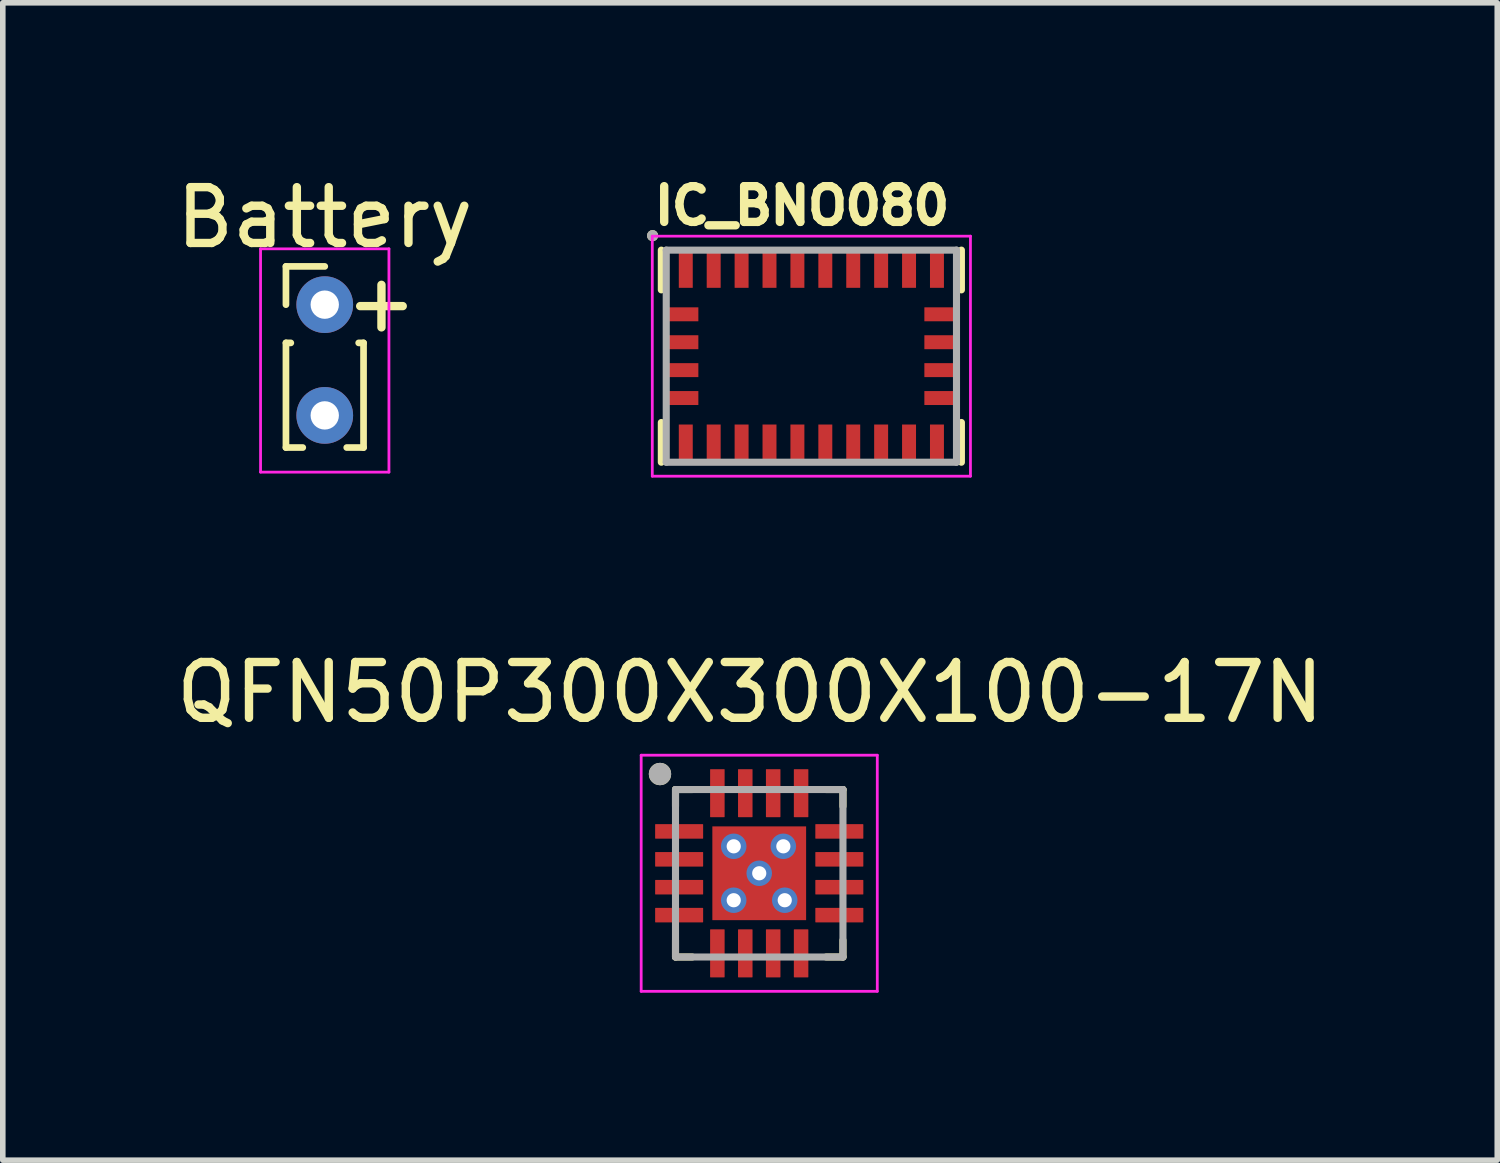
<source format=kicad_pcb>
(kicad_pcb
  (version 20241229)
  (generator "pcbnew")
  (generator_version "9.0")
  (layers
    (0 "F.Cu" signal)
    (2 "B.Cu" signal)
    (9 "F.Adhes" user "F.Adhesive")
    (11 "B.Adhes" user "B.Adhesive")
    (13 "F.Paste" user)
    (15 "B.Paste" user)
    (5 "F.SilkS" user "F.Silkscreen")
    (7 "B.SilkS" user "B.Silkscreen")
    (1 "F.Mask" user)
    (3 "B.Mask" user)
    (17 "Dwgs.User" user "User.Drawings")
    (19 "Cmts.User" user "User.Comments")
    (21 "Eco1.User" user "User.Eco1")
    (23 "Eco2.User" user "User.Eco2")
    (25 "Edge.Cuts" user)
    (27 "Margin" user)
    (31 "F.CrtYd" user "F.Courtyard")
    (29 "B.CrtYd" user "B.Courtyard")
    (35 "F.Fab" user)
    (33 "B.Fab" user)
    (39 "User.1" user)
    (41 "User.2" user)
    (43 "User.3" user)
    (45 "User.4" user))
  (footprint "IC_BNO080"
    (layer "F.Cu")
    (at 11.486 3.331)
    (property "Reference" "IC_BNO080" (at -0.168 -2.694 0) (layer "F.SilkS") (effects (font (size 0.64 0.64) (thickness 0.15))))
    (attr smd)
    (fp_line (start -2.688 -1.9) (end -2.688 -1.188) (stroke (width 0.127) (type solid)) (layer "F.SilkS"))
    (fp_line (start -2.688 1.9) (end -2.688 1.188) (stroke (width 0.127) (type solid)) (layer "F.SilkS"))
    (fp_line (start 2.688 -1.9) (end 2.688 -1.188) (stroke (width 0.127) (type solid)) (layer "F.SilkS"))
    (fp_line (start 2.688 1.9) (end 2.688 1.188) (stroke (width 0.127) (type solid)) (layer "F.SilkS"))
    (fp_circle (center -2.844 -2.159) (end -2.794 -2.159) (stroke (width 0.1) (type solid)) (fill no) (layer "F.SilkS"))
    (fp_line (start -2.85 -2.15) (end 2.85 -2.15) (stroke (width 0.05) (type solid)) (layer "F.CrtYd"))
    (fp_line (start -2.85 2.15) (end -2.85 -2.15) (stroke (width 0.05) (type solid)) (layer "F.CrtYd"))
    (fp_line (start 2.85 -2.15) (end 2.85 2.15) (stroke (width 0.05) (type solid)) (layer "F.CrtYd"))
    (fp_line (start 2.85 2.15) (end -2.85 2.15) (stroke (width 0.05) (type solid)) (layer "F.CrtYd"))
    (fp_line (start -2.6 -1.9) (end 2.6 -1.9) (stroke (width 0.127) (type solid)) (layer "F.Fab"))
    (fp_line (start -2.6 1.9) (end -2.6 -1.9) (stroke (width 0.127) (type solid)) (layer "F.Fab"))
    (fp_line (start 2.6 -1.9) (end 2.6 1.9) (stroke (width 0.127) (type solid)) (layer "F.Fab"))
    (fp_line (start 2.6 1.9) (end -2.6 1.9) (stroke (width 0.127) (type solid)) (layer "F.Fab"))
    (fp_circle (center -2.845 -2.159) (end -2.795 -2.159) (stroke (width 0.1) (type solid)) (fill no) (layer "F.Fab"))
    (pad "1" smd rect (at -2.25 -1.562 90) (size 0.675 0.25) (layers "F.Cu" "F.Mask" "F.Paste"))
    (pad "2" smd rect (at -2.312 -0.75) (size 0.575 0.25) (layers "F.Cu" "F.Mask" "F.Paste"))
    (pad "3" smd rect (at -2.312 -0.25) (size 0.575 0.25) (layers "F.Cu" "F.Mask" "F.Paste"))
    (pad "4" smd rect (at -2.312 0.25) (size 0.575 0.25) (layers "F.Cu" "F.Mask" "F.Paste"))
    (pad "5" smd rect (at -2.312 0.75) (size 0.575 0.25) (layers "F.Cu" "F.Mask" "F.Paste"))
    (pad "6" smd rect (at -2.25 1.562 270) (size 0.675 0.25) (layers "F.Cu" "F.Mask" "F.Paste"))
    (pad "7" smd rect (at -1.75 1.562 270) (size 0.675 0.25) (layers "F.Cu" "F.Mask" "F.Paste"))
    (pad "8" smd rect (at -1.25 1.562 270) (size 0.675 0.25) (layers "F.Cu" "F.Mask" "F.Paste"))
    (pad "9" smd rect (at -0.75 1.562 270) (size 0.675 0.25) (layers "F.Cu" "F.Mask" "F.Paste"))
    (pad "10" smd rect (at -0.25 1.562 270) (size 0.675 0.25) (layers "F.Cu" "F.Mask" "F.Paste"))
    (pad "11" smd rect (at 0.25 1.562 270) (size 0.675 0.25) (layers "F.Cu" "F.Mask" "F.Paste"))
    (pad "12" smd rect (at 0.75 1.562 270) (size 0.675 0.25) (layers "F.Cu" "F.Mask" "F.Paste"))
    (pad "13" smd rect (at 1.25 1.562 270) (size 0.675 0.25) (layers "F.Cu" "F.Mask" "F.Paste"))
    (pad "14" smd rect (at 1.75 1.562 270) (size 0.675 0.25) (layers "F.Cu" "F.Mask" "F.Paste"))
    (pad "15" smd rect (at 2.25 1.562 270) (size 0.675 0.25) (layers "F.Cu" "F.Mask" "F.Paste"))
    (pad "16" smd rect (at 2.312 0.75 180) (size 0.575 0.25) (layers "F.Cu" "F.Mask" "F.Paste"))
    (pad "17" smd rect (at 2.312 0.25 180) (size 0.575 0.25) (layers "F.Cu" "F.Mask" "F.Paste"))
    (pad "18" smd rect (at 2.312 -0.25 180) (size 0.575 0.25) (layers "F.Cu" "F.Mask" "F.Paste"))
    (pad "19" smd rect (at 2.312 -0.75 180) (size 0.575 0.25) (layers "F.Cu" "F.Mask" "F.Paste"))
    (pad "20" smd rect (at 2.25 -1.562 90) (size 0.675 0.25) (layers "F.Cu" "F.Mask" "F.Paste"))
    (pad "21" smd rect (at 1.75 -1.562 90) (size 0.675 0.25) (layers "F.Cu" "F.Mask" "F.Paste"))
    (pad "22" smd rect (at 1.25 -1.562 90) (size 0.675 0.25) (layers "F.Cu" "F.Mask" "F.Paste"))
    (pad "23" smd rect (at 0.75 -1.562 90) (size 0.675 0.25) (layers "F.Cu" "F.Mask" "F.Paste"))
    (pad "24" smd rect (at 0.25 -1.562 90) (size 0.675 0.25) (layers "F.Cu" "F.Mask" "F.Paste"))
    (pad "25" smd rect (at -0.25 -1.562 90) (size 0.675 0.25) (layers "F.Cu" "F.Mask" "F.Paste"))
    (pad "26" smd rect (at -0.75 -1.562 90) (size 0.675 0.25) (layers "F.Cu" "F.Mask" "F.Paste"))
    (pad "27" smd rect (at -1.25 -1.562 90) (size 0.675 0.25) (layers "F.Cu" "F.Mask" "F.Paste"))
    (pad "28" smd rect (at -1.75 -1.562 90) (size 0.675 0.25) (layers "F.Cu" "F.Mask" "F.Paste")))
  (footprint "Battery"
    (layer "F.Cu")
    (at 2.768 3.376)
    (property "Reference" "Battery" (at 0 -2.528 0) (layer "F.SilkS") (effects (font (size 1 1) (thickness 0.15))))
    (attr through_hole)
    (fp_line (start -0.695 -1.653) (end 0 -1.653) (stroke (width 0.12) (type solid)) (layer "F.SilkS"))
    (fp_line (start -0.695 -0.968) (end -0.695 -1.653) (stroke (width 0.12) (type solid)) (layer "F.SilkS"))
    (fp_line (start -0.695 -0.283) (end -0.695 1.592) (stroke (width 0.12) (type solid)) (layer "F.SilkS"))
    (fp_line (start -0.695 -0.283) (end -0.608 -0.283) (stroke (width 0.12) (type solid)) (layer "F.SilkS"))
    (fp_line (start -0.695 1.592) (end -0.394 1.592) (stroke (width 0.12) (type solid)) (layer "F.SilkS"))
    (fp_line (start 0.394 1.592) (end 0.695 1.592) (stroke (width 0.12) (type solid)) (layer "F.SilkS"))
    (fp_line (start 0.608 -0.283) (end 0.695 -0.283) (stroke (width 0.12) (type solid)) (layer "F.SilkS"))
    (fp_line (start 0.695 -0.283) (end 0.695 1.592) (stroke (width 0.12) (type solid)) (layer "F.SilkS"))
    (fp_line (start -1.15 -1.968) (end -1.15 2.032) (stroke (width 0.05) (type solid)) (layer "F.CrtYd"))
    (fp_line (start -1.15 2.032) (end 1.15 2.032) (stroke (width 0.05) (type solid)) (layer "F.CrtYd"))
    (fp_line (start 1.15 -1.968) (end -1.15 -1.968) (stroke (width 0.05) (type solid)) (layer "F.CrtYd"))
    (fp_line (start 1.15 2.032) (end 1.15 -1.968) (stroke (width 0.05) (type solid)) (layer "F.CrtYd"))
    (fp_text user "+" (at 1.016 -1.016 0) (unlocked yes) (layer "F.SilkS") (effects (font (size 1 1) (thickness 0.15))))
    (pad "1" thru_hole circle (at 0 -0.968) (size 1.016 1.016) (drill 0.508) (layers "*.Cu" "*.Mask"))
    (pad "2" thru_hole circle (at 0 1.016) (size 1.016 1.016) (drill 0.508) (layers "*.Cu" "*.Mask")))
  (footprint "QFN50P300X300X100-17N"
    (layer "F.Cu")
    (at 10.552 12.595)
    (property "Reference" "QFN50P300X300X100-17N" (at -0.165 -3.24 0) (layer "F.SilkS") (effects (font (size 1 1) (thickness 0.15))))
    (attr through_hole)
    (fp_line (start -1.5 -1.5) (end -1.5 -1.2) (stroke (width 0.127) (type solid)) (layer "F.SilkS"))
    (fp_line (start -1.5 -1.5) (end -1.2 -1.5) (stroke (width 0.127) (type solid)) (layer "F.SilkS"))
    (fp_line (start -1.5 1.5) (end -1.5 1.2) (stroke (width 0.127) (type solid)) (layer "F.SilkS"))
    (fp_line (start -1.5 1.5) (end -1.2 1.5) (stroke (width 0.127) (type solid)) (layer "F.SilkS"))
    (fp_line (start 1.5 -1.5) (end 1.2 -1.5) (stroke (width 0.127) (type solid)) (layer "F.SilkS"))
    (fp_line (start 1.5 -1.5) (end 1.5 -1.2) (stroke (width 0.127) (type solid)) (layer "F.SilkS"))
    (fp_line (start 1.5 1.5) (end 1.2 1.5) (stroke (width 0.127) (type solid)) (layer "F.SilkS"))
    (fp_line (start 1.5 1.5) (end 1.5 1.2) (stroke (width 0.127) (type solid)) (layer "F.SilkS"))
    (fp_circle (center -1.778 -1.778) (end -1.678 -1.778) (stroke (width 0.2) (type solid)) (fill no) (layer "F.SilkS"))
    (fp_poly (pts (xy -0.53 -0.53) (xy 0.53 -0.53) (xy 0.53 0.53) (xy -0.53 0.53)) (stroke (width 0.01) (type solid)) (fill yes) (layer "F.Paste"))
    (fp_line (start -2.115 -2.115) (end 2.115 -2.115) (stroke (width 0.05) (type solid)) (layer "F.CrtYd"))
    (fp_line (start -2.115 2.115) (end -2.115 -2.115) (stroke (width 0.05) (type solid)) (layer "F.CrtYd"))
    (fp_line (start -2.115 2.115) (end 2.115 2.115) (stroke (width 0.05) (type solid)) (layer "F.CrtYd"))
    (fp_line (start 2.115 2.115) (end 2.115 -2.115) (stroke (width 0.05) (type solid)) (layer "F.CrtYd"))
    (fp_line (start -1.5 1.5) (end -1.5 -1.5) (stroke (width 0.127) (type solid)) (layer "F.Fab"))
    (fp_line (start 1.5 -1.5) (end -1.5 -1.5) (stroke (width 0.127) (type solid)) (layer "F.Fab"))
    (fp_line (start 1.5 1.5) (end -1.5 1.5) (stroke (width 0.127) (type solid)) (layer "F.Fab"))
    (fp_line (start 1.5 1.5) (end 1.5 -1.5) (stroke (width 0.127) (type solid)) (layer "F.Fab"))
    (fp_circle (center -1.778 -1.778) (end -1.678 -1.778) (stroke (width 0.2) (type solid)) (fill no) (layer "F.Fab"))
    (pad "1" smd roundrect (at -1.435 -0.75) (size 0.86 0.26) (layers "F.Cu" "F.Mask" "F.Paste") (roundrect_rratio 0.03))
    (pad "2" smd roundrect (at -1.435 -0.25) (size 0.86 0.26) (layers "F.Cu" "F.Mask" "F.Paste") (roundrect_rratio 0.03))
    (pad "3" smd roundrect (at -1.435 0.25) (size 0.86 0.26) (layers "F.Cu" "F.Mask" "F.Paste") (roundrect_rratio 0.03))
    (pad "4" smd roundrect (at -1.435 0.75) (size 0.86 0.26) (layers "F.Cu" "F.Mask" "F.Paste") (roundrect_rratio 0.03))
    (pad "5" smd roundrect (at -0.75 1.435 90) (size 0.86 0.26) (layers "F.Cu" "F.Mask" "F.Paste") (roundrect_rratio 0.03))
    (pad "6" smd roundrect (at -0.25 1.435 90) (size 0.86 0.26) (layers "F.Cu" "F.Mask" "F.Paste") (roundrect_rratio 0.03))
    (pad "7" smd roundrect (at 0.25 1.435 90) (size 0.86 0.26) (layers "F.Cu" "F.Mask" "F.Paste") (roundrect_rratio 0.03))
    (pad "8" smd roundrect (at 0.75 1.435 90) (size 0.86 0.26) (layers "F.Cu" "F.Mask" "F.Paste") (roundrect_rratio 0.03))
    (pad "9" smd roundrect (at 1.435 0.75) (size 0.86 0.26) (layers "F.Cu" "F.Mask" "F.Paste") (roundrect_rratio 0.03))
    (pad "10" smd roundrect (at 1.435 0.25) (size 0.86 0.26) (layers "F.Cu" "F.Mask" "F.Paste") (roundrect_rratio 0.03))
    (pad "11" smd roundrect (at 1.435 -0.25) (size 0.86 0.26) (layers "F.Cu" "F.Mask" "F.Paste") (roundrect_rratio 0.03))
    (pad "12" smd roundrect (at 1.435 -0.75) (size 0.86 0.26) (layers "F.Cu" "F.Mask" "F.Paste") (roundrect_rratio 0.03))
    (pad "13" smd roundrect (at 0.75 -1.435 90) (size 0.86 0.26) (layers "F.Cu" "F.Mask" "F.Paste") (roundrect_rratio 0.03))
    (pad "14" smd roundrect (at 0.25 -1.435 90) (size 0.86 0.26) (layers "F.Cu" "F.Mask" "F.Paste") (roundrect_rratio 0.03))
    (pad "15" smd roundrect (at -0.25 -1.435 90) (size 0.86 0.26) (layers "F.Cu" "F.Mask" "F.Paste") (roundrect_rratio 0.03))
    (pad "16" smd roundrect (at -0.75 -1.435 90) (size 0.86 0.26) (layers "F.Cu" "F.Mask" "F.Paste") (roundrect_rratio 0.03))
    (pad "17" smd rect (at 0 0) (size 1.68 1.68) (layers "F.Cu" "F.Mask"))
    (pad "18" thru_hole circle (at 0 0) (size 0.457 0.457) (drill 0.254) (layers "*.Cu"))
    (pad "19" thru_hole circle (at -0.457 -0.483) (size 0.457 0.457) (drill 0.254) (layers "*.Cu"))
    (pad "20" thru_hole circle (at 0.432 -0.483) (size 0.457 0.457) (drill 0.254) (layers "*.Cu"))
    (pad "21" thru_hole circle (at -0.457 0.483) (size 0.457 0.457) (drill 0.254) (layers "*.Cu"))
    (pad "22" thru_hole circle (at 0.457 0.483) (size 0.457 0.457) (drill 0.254) (layers "*.Cu")))
  (gr_rect
    (start -3 -3)
    (end 23.774 17.735)
    (stroke (width 0.1) (type default))
    (fill no)
    (layer "Edge.Cuts")))
</source>
